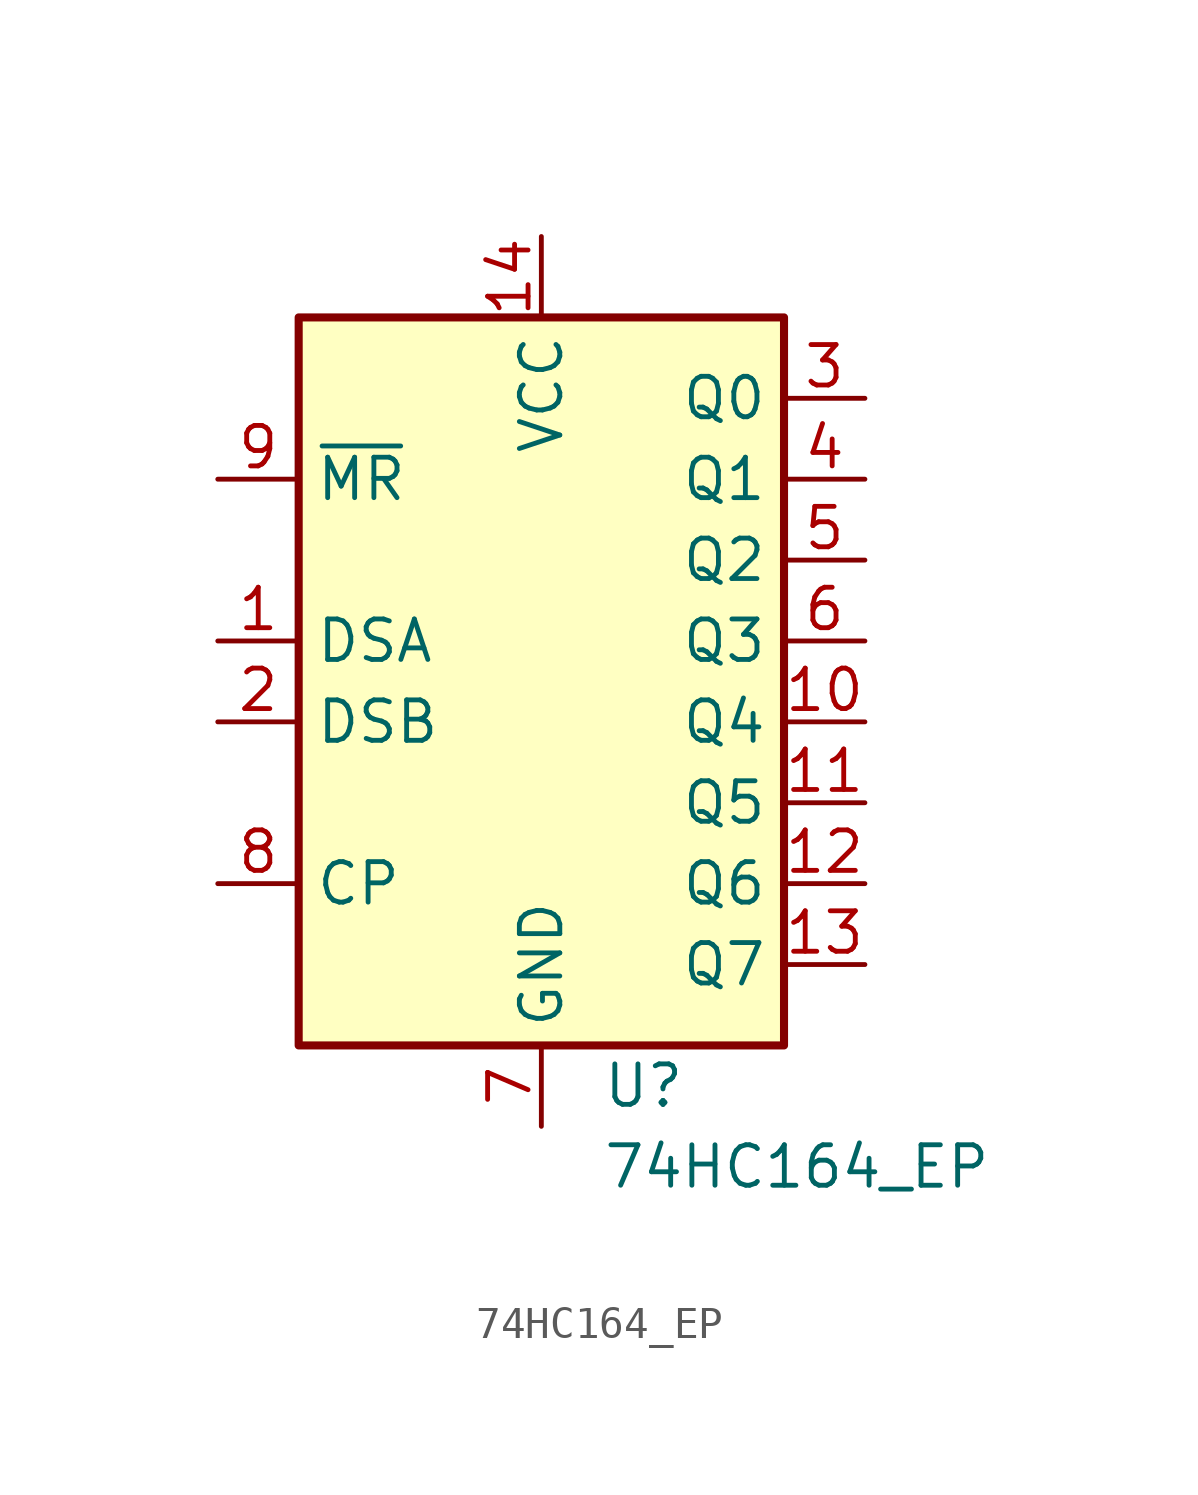
<source format=kicad_sym>
(kicad_symbol_lib
  (version 20211014)
  (generator kicad_symbol_editor)
  (symbol "74HC164_EP"
    (property "Reference" "U"
      (at 1.905 -13.97 0)
      (effects (font (size 1.27 1.27)) (justify left)))
    (property "Value" "74HC164_EP"
      (at 1.905 -16.51 0)
      (effects (font (size 1.27 1.27)) (justify left)))
    (symbol "74HC164_EP_0_1"
      (rectangle (start 7.62 10.16) (end -7.62 -12.7) (stroke (width 0.254) (type default) (color 0 0 0 0)) (fill (type background))))
    (symbol "74HC164_EP_1_1"
      (pin input line (at -10.16 0 0) (length 2.54) (name "DSA" (effects (font (size 1.27 1.27)))) (number "1" (effects (font (size 1.27 1.27)))))
      (pin output line (at 10.16 -2.54 180) (length 2.54) (name "Q4" (effects (font (size 1.27 1.27)))) (number "10" (effects (font (size 1.27 1.27)))))
      (pin output line (at 10.16 -5.08 180) (length 2.54) (name "Q5" (effects (font (size 1.27 1.27)))) (number "11" (effects (font (size 1.27 1.27)))))
      (pin output line (at 10.16 -7.62 180) (length 2.54) (name "Q6" (effects (font (size 1.27 1.27)))) (number "12" (effects (font (size 1.27 1.27)))))
      (pin output line (at 10.16 -10.16 180) (length 2.54) (name "Q7" (effects (font (size 1.27 1.27)))) (number "13" (effects (font (size 1.27 1.27)))))
      (pin power_in line (at 0 12.7 270) (length 2.54) (name "VCC" (effects (font (size 1.27 1.27)))) (number "14" (effects (font (size 1.27 1.27)))))
      (pin power_in line (at 0 -15.24 90) (length 2.54) hide (name "GND" (effects (font (size 1.27 1.27)))) (number "15" (effects (font (size 1.27 1.27)))))
      (pin input line (at -10.16 -2.54 0) (length 2.54) (name "DSB" (effects (font (size 1.27 1.27)))) (number "2" (effects (font (size 1.27 1.27)))))
      (pin output line (at 10.16 7.62 180) (length 2.54) (name "Q0" (effects (font (size 1.27 1.27)))) (number "3" (effects (font (size 1.27 1.27)))))
      (pin output line (at 10.16 5.08 180) (length 2.54) (name "Q1" (effects (font (size 1.27 1.27)))) (number "4" (effects (font (size 1.27 1.27)))))
      (pin output line (at 10.16 2.54 180) (length 2.54) (name "Q2" (effects (font (size 1.27 1.27)))) (number "5" (effects (font (size 1.27 1.27)))))
      (pin output line (at 10.16 0 180) (length 2.54) (name "Q3" (effects (font (size 1.27 1.27)))) (number "6" (effects (font (size 1.27 1.27)))))
      (pin power_in line (at 0 -15.24 90) (length 2.54) (name "GND" (effects (font (size 1.27 1.27)))) (number "7" (effects (font (size 1.27 1.27)))))
      (pin input line (at -10.16 -7.62 0) (length 2.54) (name "CP" (effects (font (size 1.27 1.27)))) (number "8" (effects (font (size 1.27 1.27)))))
      (pin input line (at -10.16 5.08 0) (length 2.54) (name "~{MR}" (effects (font (size 1.27 1.27)))) (number "9" (effects (font (size 1.27 1.27))))))))
</source>
